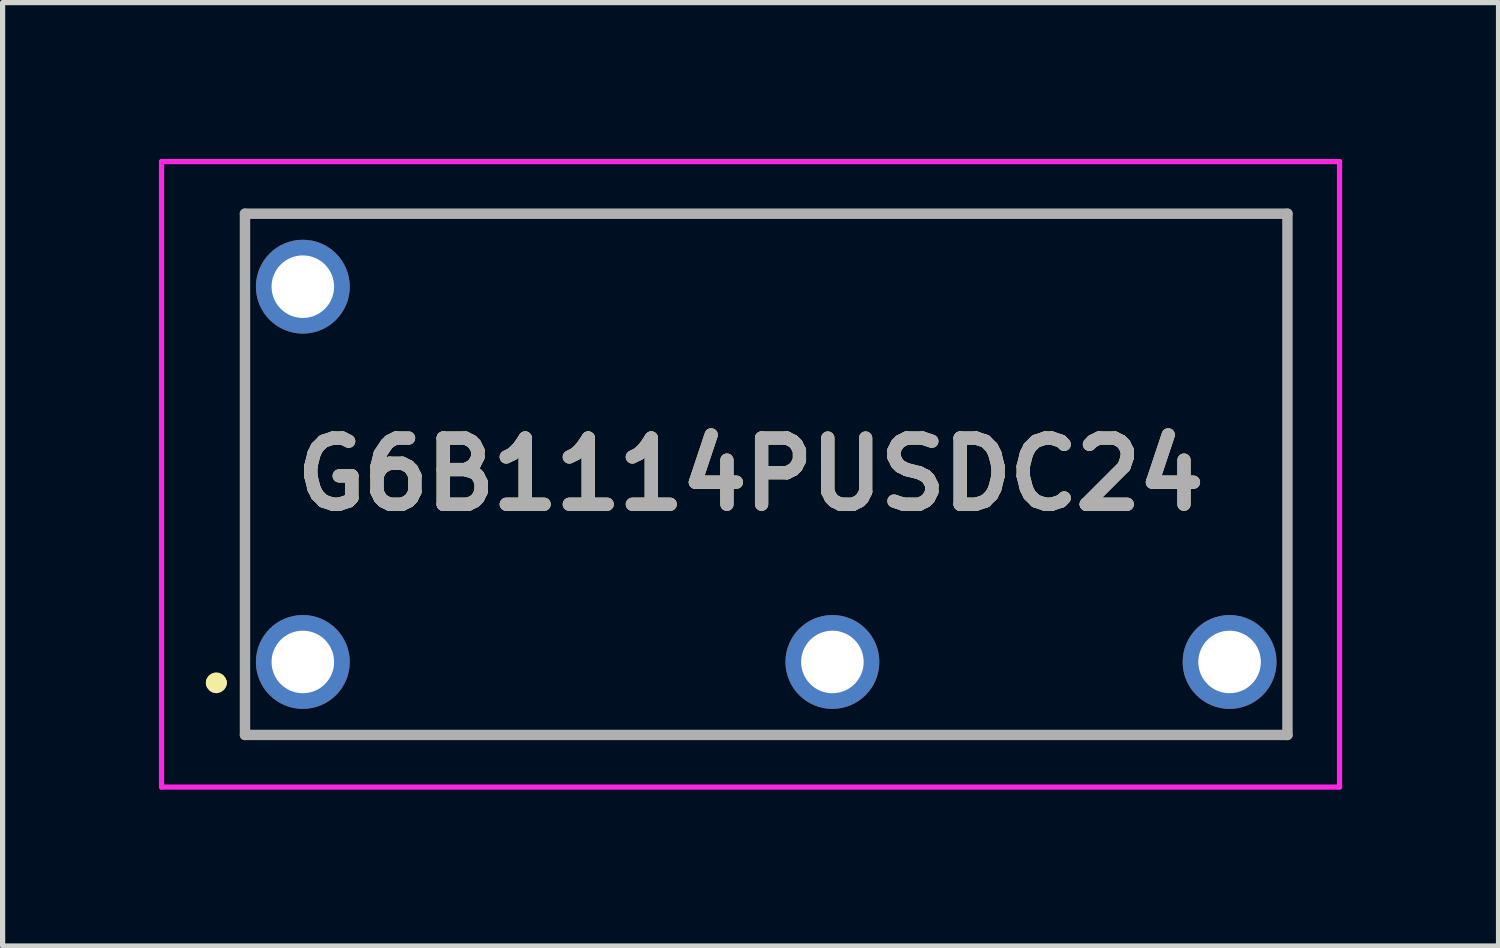
<source format=kicad_pcb>
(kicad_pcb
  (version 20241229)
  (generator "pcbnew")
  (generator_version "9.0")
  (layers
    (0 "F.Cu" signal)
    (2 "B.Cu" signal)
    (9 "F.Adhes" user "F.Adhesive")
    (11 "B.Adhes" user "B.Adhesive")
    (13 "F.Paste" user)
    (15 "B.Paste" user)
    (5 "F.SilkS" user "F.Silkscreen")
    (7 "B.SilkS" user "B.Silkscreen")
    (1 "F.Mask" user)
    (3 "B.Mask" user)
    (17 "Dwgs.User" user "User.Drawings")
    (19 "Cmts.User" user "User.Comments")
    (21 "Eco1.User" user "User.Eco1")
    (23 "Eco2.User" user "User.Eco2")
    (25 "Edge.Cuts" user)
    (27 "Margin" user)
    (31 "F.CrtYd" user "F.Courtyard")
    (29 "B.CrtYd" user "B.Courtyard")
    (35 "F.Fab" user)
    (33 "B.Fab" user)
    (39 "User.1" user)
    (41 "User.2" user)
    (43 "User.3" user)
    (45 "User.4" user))
  (footprint "G6B1114PUSDC24"
    (layer "F.Cu")
    (at 2.76 9.65)
    (property "Reference" "G6B1114PUSDC24" (at 8.59 -3.6 0) (layer "F.SilkS") (effects (font (size 1.27 1.27) (thickness 0.254))))
    (attr through_hole)
    (fp_line (start -1.71 0.4) (end -1.71 0.4) (stroke (width 0.3) (type solid)) (layer "F.SilkS"))
    (fp_line (start -1.61 0.4) (end -1.61 0.4) (stroke (width 0.3) (type solid)) (layer "F.SilkS"))
    (fp_line (start -1.11 -8.6) (end -1.11 1.4) (stroke (width 0.1) (type solid)) (layer "F.SilkS"))
    (fp_line (start -1.11 1.4) (end 18.89 1.4) (stroke (width 0.1) (type solid)) (layer "F.SilkS"))
    (fp_line (start 18.89 -8.6) (end -1.11 -8.6) (stroke (width 0.1) (type solid)) (layer "F.SilkS"))
    (fp_line (start 18.89 1.4) (end 18.89 -8.6) (stroke (width 0.1) (type solid)) (layer "F.SilkS"))
    (fp_arc (start -1.71 0.4) (mid -1.66 0.35) (end -1.61 0.4) (stroke (width 0.3) (type solid)) (layer "F.SilkS"))
    (fp_arc (start -1.61 0.4) (mid -1.66 0.45) (end -1.71 0.4) (stroke (width 0.3) (type solid)) (layer "F.SilkS"))
    (fp_line (start -2.71 -9.6) (end -2.71 2.4) (stroke (width 0.1) (type solid)) (layer "F.CrtYd"))
    (fp_line (start -2.71 2.4) (end 19.89 2.4) (stroke (width 0.1) (type solid)) (layer "F.CrtYd"))
    (fp_line (start 19.89 -9.6) (end -2.71 -9.6) (stroke (width 0.1) (type solid)) (layer "F.CrtYd"))
    (fp_line (start 19.89 2.4) (end 19.89 -9.6) (stroke (width 0.1) (type solid)) (layer "F.CrtYd"))
    (fp_line (start -1.11 -8.6) (end -1.11 1.4) (stroke (width 0.2) (type solid)) (layer "F.Fab"))
    (fp_line (start -1.11 1.4) (end 18.89 1.4) (stroke (width 0.2) (type solid)) (layer "F.Fab"))
    (fp_line (start 18.89 -8.6) (end -1.11 -8.6) (stroke (width 0.2) (type solid)) (layer "F.Fab"))
    (fp_line (start 18.89 1.4) (end 18.89 -8.6) (stroke (width 0.2) (type solid)) (layer "F.Fab"))
    (fp_text user "${REFERENCE}" (at 8.59 -3.6 0) (layer "F.Fab") (effects (font (size 1.27 1.27) (thickness 0.254))))
    (pad "1" thru_hole circle (at 0 0) (size 1.8 1.8) (drill 1.2) (layers "*.Cu" "*.Mask"))
    (pad "3" thru_hole circle (at 10.16 0) (size 1.8 1.8) (drill 1.2) (layers "*.Cu" "*.Mask"))
    (pad "4" thru_hole circle (at 17.78 0) (size 1.8 1.8) (drill 1.2) (layers "*.Cu" "*.Mask"))
    (pad "6" thru_hole circle (at 0 -7.2) (size 1.8 1.8) (drill 1.2) (layers "*.Cu" "*.Mask")))
  (gr_rect
    (start -3 -3)
    (end 25.7 15.1)
    (stroke (width 0.1) (type default))
    (fill no)
    (layer "Edge.Cuts")))
</source>
